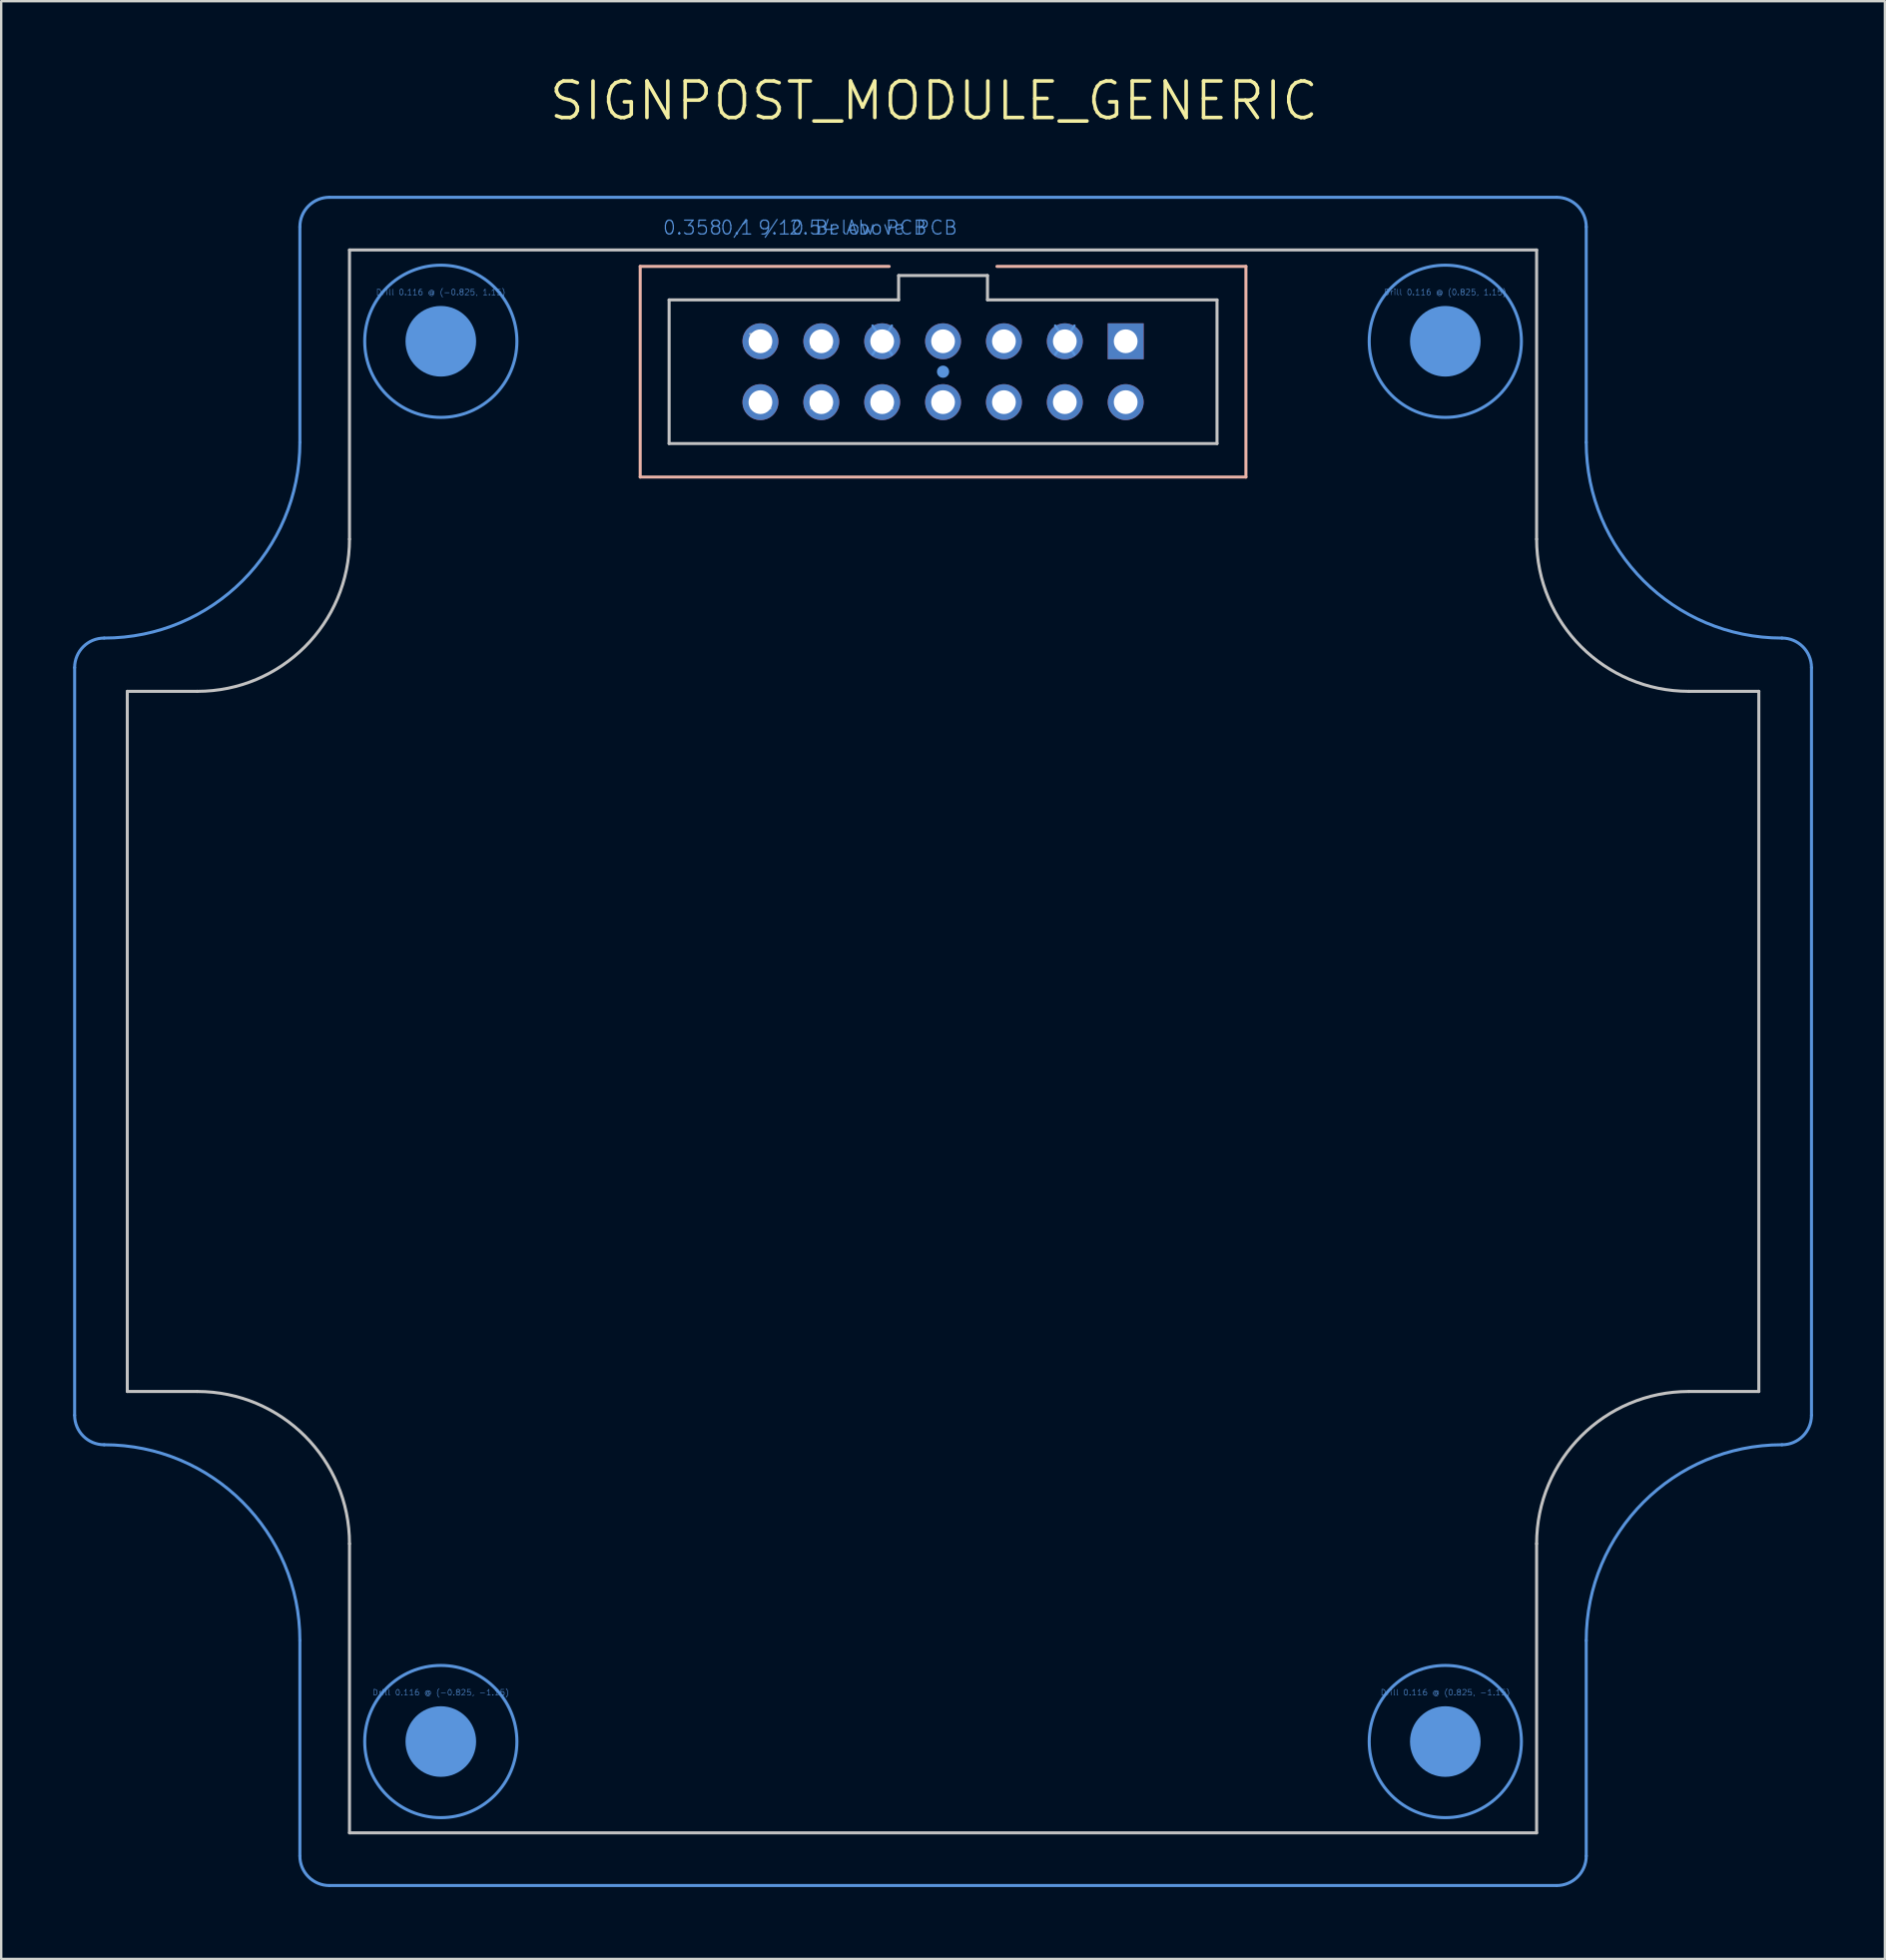
<source format=kicad_pcb>
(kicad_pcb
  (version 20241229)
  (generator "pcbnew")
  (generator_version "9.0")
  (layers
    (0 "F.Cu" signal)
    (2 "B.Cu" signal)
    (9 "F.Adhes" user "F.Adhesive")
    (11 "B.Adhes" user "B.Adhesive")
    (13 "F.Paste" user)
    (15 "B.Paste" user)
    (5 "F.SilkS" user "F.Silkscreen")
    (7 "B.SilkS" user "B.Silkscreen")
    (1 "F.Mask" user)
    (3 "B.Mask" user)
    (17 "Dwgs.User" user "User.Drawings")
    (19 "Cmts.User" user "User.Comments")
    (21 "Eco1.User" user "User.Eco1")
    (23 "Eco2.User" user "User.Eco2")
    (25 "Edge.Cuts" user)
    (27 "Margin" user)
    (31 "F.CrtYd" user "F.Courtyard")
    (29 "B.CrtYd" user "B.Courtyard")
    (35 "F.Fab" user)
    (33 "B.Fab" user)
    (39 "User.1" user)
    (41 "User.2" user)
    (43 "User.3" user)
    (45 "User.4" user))
  (footprint "SIGNPOST_MODULE_GENERIC"
    (layer "F.Cu")
    (at 36.297 40.398)
    (property "Reference" "SIGNPOST_MODULE_GENERIC" (at -0.381 -39.243 0) (layer "F.SilkS") (effects (font (size 1.524 1.524) (thickness 0.15))))
    (attr through_hole)
    (fp_line (start -12.636 -32.334) (end -12.636 -23.546) (stroke (width 0.127) (type solid)) (layer "B.SilkS"))
    (fp_line (start -12.636 -23.546) (end 12.636 -23.546) (stroke (width 0.127) (type solid)) (layer "B.SilkS"))
    (fp_line (start -2.248 -32.334) (end -12.636 -32.334) (stroke (width 0.127) (type solid)) (layer "B.SilkS"))
    (fp_line (start 12.636 -32.334) (end 2.248 -32.334) (stroke (width 0.127) (type solid)) (layer "B.SilkS"))
    (fp_line (start 12.636 -23.546) (end 12.636 -32.334) (stroke (width 0.127) (type solid)) (layer "B.SilkS"))
    (fp_line (start -34.036 -14.605) (end -31.115 -14.605) (stroke (width 0.127) (type solid)) (layer "Dwgs.User"))
    (fp_line (start -34.036 14.605) (end -34.036 -14.605) (stroke (width 0.127) (type solid)) (layer "Dwgs.User"))
    (fp_line (start -34.036 14.605) (end -31.115 14.605) (stroke (width 0.127) (type solid)) (layer "Dwgs.User"))
    (fp_line (start -24.765 -33.02) (end 24.765 -33.02) (stroke (width 0.127) (type solid)) (layer "Dwgs.User"))
    (fp_line (start -24.765 -20.955) (end -24.765 -33.02) (stroke (width 0.127) (type solid)) (layer "Dwgs.User"))
    (fp_line (start -24.765 20.955) (end -24.765 33.02) (stroke (width 0.127) (type solid)) (layer "Dwgs.User"))
    (fp_line (start -11.43 -30.937) (end -11.43 -24.943) (stroke (width 0.127) (type solid)) (layer "Dwgs.User"))
    (fp_line (start -11.43 -24.943) (end 11.43 -24.943) (stroke (width 0.127) (type solid)) (layer "Dwgs.User"))
    (fp_line (start -1.854 -31.953) (end -1.854 -30.937) (stroke (width 0.127) (type solid)) (layer "Dwgs.User"))
    (fp_line (start -1.854 -30.937) (end -11.43 -30.937) (stroke (width 0.127) (type solid)) (layer "Dwgs.User"))
    (fp_line (start 1.854 -31.953) (end -1.854 -31.953) (stroke (width 0.127) (type solid)) (layer "Dwgs.User"))
    (fp_line (start 1.854 -30.937) (end 1.854 -31.953) (stroke (width 0.127) (type solid)) (layer "Dwgs.User"))
    (fp_line (start 11.43 -30.937) (end 1.854 -30.937) (stroke (width 0.127) (type solid)) (layer "Dwgs.User"))
    (fp_line (start 11.43 -24.943) (end 11.43 -30.937) (stroke (width 0.127) (type solid)) (layer "Dwgs.User"))
    (fp_line (start 24.765 -33.02) (end 24.765 -20.955) (stroke (width 0.127) (type solid)) (layer "Dwgs.User"))
    (fp_line (start 24.765 33.02) (end -24.765 33.02) (stroke (width 0.127) (type solid)) (layer "Dwgs.User"))
    (fp_line (start 24.765 33.02) (end 24.765 20.955) (stroke (width 0.127) (type solid)) (layer "Dwgs.User"))
    (fp_line (start 31.115 -14.605) (end 34.036 -14.605) (stroke (width 0.127) (type solid)) (layer "Dwgs.User"))
    (fp_line (start 31.115 14.605) (end 34.036 14.605) (stroke (width 0.127) (type solid)) (layer "Dwgs.User"))
    (fp_line (start 34.036 -14.605) (end 34.036 14.605) (stroke (width 0.127) (type solid)) (layer "Dwgs.User"))
    (fp_arc (start -31.115 14.605) (mid -26.624872 16.464872) (end -24.765 20.955) (stroke (width 0.127) (type solid)) (layer "Dwgs.User"))
    (fp_arc (start -24.765 -20.955) (mid -26.624872 -16.464872) (end -31.115 -14.605) (stroke (width 0.127) (type solid)) (layer "Dwgs.User"))
    (fp_arc (start 24.765 20.955) (mid 26.624872 16.464872) (end 31.115 14.605) (stroke (width 0.127) (type solid)) (layer "Dwgs.User"))
    (fp_arc (start 31.115 -14.605) (mid 26.624872 -16.464872) (end 24.765 -20.955) (stroke (width 0.127) (type solid)) (layer "Dwgs.User"))
    (fp_line (start -36.233 15.596) (end -36.233 -15.596) (stroke (width 0.127) (type solid)) (layer "Cmts.User"))
    (fp_line (start -26.835 -24.994) (end -26.835 -33.985) (stroke (width 0.127) (type solid)) (layer "Cmts.User"))
    (fp_line (start -26.835 33.985) (end -26.835 24.994) (stroke (width 0.127) (type solid)) (layer "Cmts.User"))
    (fp_line (start -25.603 -35.217) (end 25.603 -35.217) (stroke (width 0.127) (type solid)) (layer "Cmts.User"))
    (fp_line (start 25.603 35.217) (end -25.603 35.217) (stroke (width 0.127) (type solid)) (layer "Cmts.User"))
    (fp_line (start 26.835 -33.985) (end 26.835 -24.994) (stroke (width 0.127) (type solid)) (layer "Cmts.User"))
    (fp_line (start 26.835 24.994) (end 26.835 33.985) (stroke (width 0.127) (type solid)) (layer "Cmts.User"))
    (fp_line (start 36.233 -15.596) (end 36.233 15.596) (stroke (width 0.127) (type solid)) (layer "Cmts.User"))
    (fp_arc (start -36.2331 -15.5956) (mid -35.872285 -16.466685) (end -35.0012 -16.8275) (stroke (width 0.127) (type solid)) (layer "Cmts.User"))
    (fp_arc (start -35.0012 16.8275) (mid -35.872285 16.466685) (end -36.2331 15.5956) (stroke (width 0.127) (type solid)) (layer "Cmts.User"))
    (fp_arc (start -35.0012 16.8275) (mid -29.226895 19.219295) (end -26.8351 24.9936) (stroke (width 0.127) (type solid)) (layer "Cmts.User"))
    (fp_arc (start -26.8351 -33.9852) (mid -26.474285 -34.856285) (end -25.6032 -35.2171) (stroke (width 0.127) (type solid)) (layer "Cmts.User"))
    (fp_arc (start -26.8351 -24.9936) (mid -29.226895 -19.219295) (end -35.0012 -16.8275) (stroke (width 0.127) (type solid)) (layer "Cmts.User"))
    (fp_arc (start -25.6032 35.2171) (mid -26.474285 34.856285) (end -26.8351 33.9852) (stroke (width 0.127) (type solid)) (layer "Cmts.User"))
    (fp_arc (start 25.6032 -35.2171) (mid 26.474285 -34.856285) (end 26.8351 -33.9852) (stroke (width 0.127) (type solid)) (layer "Cmts.User"))
    (fp_arc (start 26.8351 24.9936) (mid 29.226895 19.219295) (end 35.0012 16.8275) (stroke (width 0.127) (type solid)) (layer "Cmts.User"))
    (fp_arc (start 26.8351 33.9852) (mid 26.474285 34.856285) (end 25.6032 35.2171) (stroke (width 0.127) (type solid)) (layer "Cmts.User"))
    (fp_arc (start 35.0012 -16.8275) (mid 29.226895 -19.219295) (end 26.8351 -24.9936) (stroke (width 0.127) (type solid)) (layer "Cmts.User"))
    (fp_arc (start 35.0012 -16.8275) (mid 35.872285 -16.466685) (end 36.2331 -15.5956) (stroke (width 0.127) (type solid)) (layer "Cmts.User"))
    (fp_arc (start 36.2331 15.5956) (mid 35.872285 16.466685) (end 35.0012 16.8275) (stroke (width 0.127) (type solid)) (layer "Cmts.User"))
    (fp_circle (center -20.955 -29.21) (end -19.482 -29.21) (stroke (width 0) (type solid)) (fill yes) (layer "Cmts.User"))
    (fp_circle (center -20.955 -29.21) (end -17.78 -29.21) (stroke (width 0.127) (type solid)) (fill no) (layer "Cmts.User"))
    (fp_circle (center -20.955 29.21) (end -19.482 29.21) (stroke (width 0) (type solid)) (fill yes) (layer "Cmts.User"))
    (fp_circle (center -20.955 29.21) (end -17.78 29.21) (stroke (width 0.127) (type solid)) (fill no) (layer "Cmts.User"))
    (fp_circle (center 0 -27.94) (end 0.254 -27.94) (stroke (width 0) (type solid)) (fill yes) (layer "Cmts.User"))
    (fp_circle (center 20.955 -29.21) (end 22.428 -29.21) (stroke (width 0) (type solid)) (fill yes) (layer "Cmts.User"))
    (fp_circle (center 20.955 -29.21) (end 24.13 -29.21) (stroke (width 0.127) (type solid)) (fill no) (layer "Cmts.User"))
    (fp_circle (center 20.955 29.21) (end 22.428 29.21) (stroke (width 0) (type solid)) (fill yes) (layer "Cmts.User"))
    (fp_circle (center 20.955 29.21) (end 24.13 29.21) (stroke (width 0.127) (type solid)) (fill no) (layer "Cmts.User"))
    (fp_text user "1" (at 7.62 -29.21 0) (layer "Dwgs.User") (effects (font (size 0.579 0.579) (thickness 0.049)) (justify mirror)))
    (fp_text user "2" (at 7.62 -26.67 0) (layer "Dwgs.User") (effects (font (size 0.579 0.579) (thickness 0.049)) (justify mirror)))
    (fp_text user "11" (at -5.08 -29.21 0) (layer "Dwgs.User") (effects (font (size 0.579 0.579) (thickness 0.049)) (justify mirror)))
    (fp_text user "6" (at 2.54 -26.67 0) (layer "Dwgs.User") (effects (font (size 0.579 0.579) (thickness 0.049)) (justify mirror)))
    (fp_text user "5" (at 2.54 -29.21 0) (layer "Dwgs.User") (effects (font (size 0.579 0.579) (thickness 0.049)) (justify mirror)))
    (fp_text user "13" (at -7.62 -29.21 0) (layer "Dwgs.User") (effects (font (size 0.579 0.579) (thickness 0.049)) (justify mirror)))
    (fp_text user "3" (at 5.08 -29.21 0) (layer "Dwgs.User") (effects (font (size 0.579 0.579) (thickness 0.049)) (justify mirror)))
    (fp_text user "7" (at 0 -29.21 0) (layer "Dwgs.User") (effects (font (size 0.579 0.579) (thickness 0.049)) (justify mirror)))
    (fp_text user "8" (at 0 -26.67 0) (layer "Dwgs.User") (effects (font (size 0.579 0.579) (thickness 0.049)) (justify mirror)))
    (fp_text user "9" (at -2.54 -29.21 0) (layer "Dwgs.User") (effects (font (size 0.579 0.579) (thickness 0.049)) (justify mirror)))
    (fp_text user "14" (at -7.62 -26.67 0) (layer "Dwgs.User") (effects (font (size 0.579 0.579) (thickness 0.049)) (justify mirror)))
    (fp_text user "10" (at -2.54 -26.67 0) (layer "Dwgs.User") (effects (font (size 0.579 0.579) (thickness 0.049)) (justify mirror)))
    (fp_text user "4" (at 5.08 -26.67 0) (layer "Dwgs.User") (effects (font (size 0.579 0.579) (thickness 0.049)) (justify mirror)))
    (fp_text user "12" (at -5.08 -26.67 0) (layer "Dwgs.User") (effects (font (size 0.579 0.579) (thickness 0.049)) (justify mirror)))
    (fp_text user "Drill 0.116 @ (0.825, -1.15)" (at 20.955 27.305 0) (layer "Cmts.User") (effects (font (size 0.241 0.241) (thickness 0.02)) (justify bottom)))
    (fp_text user "0.1 / 2.54 Above PCB" (at 0.635 -34.29 0) (layer "Cmts.User") (effects (font (size 0.579 0.579) (thickness 0.049)) (justify right top)))
    (fp_text user "X" (at -2.54 -29.21 0) (layer "Cmts.User") (effects (font (size 1.206 1.206) (thickness 0.102))))
    (fp_text user "Drill 0.116 @ (0.825, 1.15)" (at 20.955 -31.115 0) (layer "Cmts.User") (effects (font (size 0.241 0.241) (thickness 0.02)) (justify bottom)))
    (fp_text user "Drill 0.116 @ (-0.825, 1.15)" (at -20.955 -31.115 0) (layer "Cmts.User") (effects (font (size 0.241 0.241) (thickness 0.02)) (justify bottom)))
    (fp_text user "0.358 / 9.10 Below PCB" (at -0.635 -34.29 0) (layer "Cmts.User") (effects (font (size 0.579 0.579) (thickness 0.049)) (justify right top)))
    (fp_text user "Drill 0.116 @ (-0.825, -1.15)" (at -20.955 27.305 0) (layer "Cmts.User") (effects (font (size 0.241 0.241) (thickness 0.02)) (justify bottom)))
    (fp_text user "X" (at 5.08 -29.21 0) (layer "Cmts.User") (effects (font (size 1.206 1.206) (thickness 0.102))))
    (pad "1" thru_hole rect (at 7.62 -29.21 180) (size 1.499 1.499) (drill 0.991) (layers "*.Cu" "*.Mask"))
    (pad "2" thru_hole circle (at 7.62 -26.67 180) (size 1.499 1.499) (drill 0.991) (layers "*.Cu" "*.Mask"))
    (pad "3" thru_hole circle (at 5.08 -29.21 180) (size 1.499 1.499) (drill 0.991) (layers "*.Cu" "*.Mask"))
    (pad "4" thru_hole circle (at 5.08 -26.67 180) (size 1.499 1.499) (drill 0.991) (layers "*.Cu" "*.Mask"))
    (pad "5" thru_hole circle (at 2.54 -29.21 180) (size 1.499 1.499) (drill 0.991) (layers "*.Cu" "*.Mask"))
    (pad "6" thru_hole circle (at 2.54 -26.67 180) (size 1.499 1.499) (drill 0.991) (layers "*.Cu" "*.Mask"))
    (pad "7" thru_hole circle (at 0 -29.21 180) (size 1.499 1.499) (drill 0.991) (layers "*.Cu" "*.Mask"))
    (pad "8" thru_hole circle (at 0 -26.67 180) (size 1.499 1.499) (drill 0.991) (layers "*.Cu" "*.Mask"))
    (pad "9" thru_hole circle (at -2.54 -29.21 180) (size 1.499 1.499) (drill 0.991) (layers "*.Cu" "*.Mask"))
    (pad "10" thru_hole circle (at -2.54 -26.67 180) (size 1.499 1.499) (drill 0.991) (layers "*.Cu" "*.Mask"))
    (pad "11" thru_hole circle (at -5.08 -29.21 180) (size 1.499 1.499) (drill 0.991) (layers "*.Cu" "*.Mask"))
    (pad "12" thru_hole circle (at -5.08 -26.67 180) (size 1.499 1.499) (drill 0.991) (layers "*.Cu" "*.Mask"))
    (pad "13" thru_hole circle (at -7.62 -29.21 180) (size 1.499 1.499) (drill 0.991) (layers "*.Cu" "*.Mask"))
    (pad "14" thru_hole circle (at -7.62 -26.67 180) (size 1.499 1.499) (drill 0.991) (layers "*.Cu" "*.Mask")))
  (gr_rect
    (start -3 -3)
    (end 75.593 78.678)
    (stroke (width 0.1) (type default))
    (fill no)
    (layer "Edge.Cuts")))
</source>
